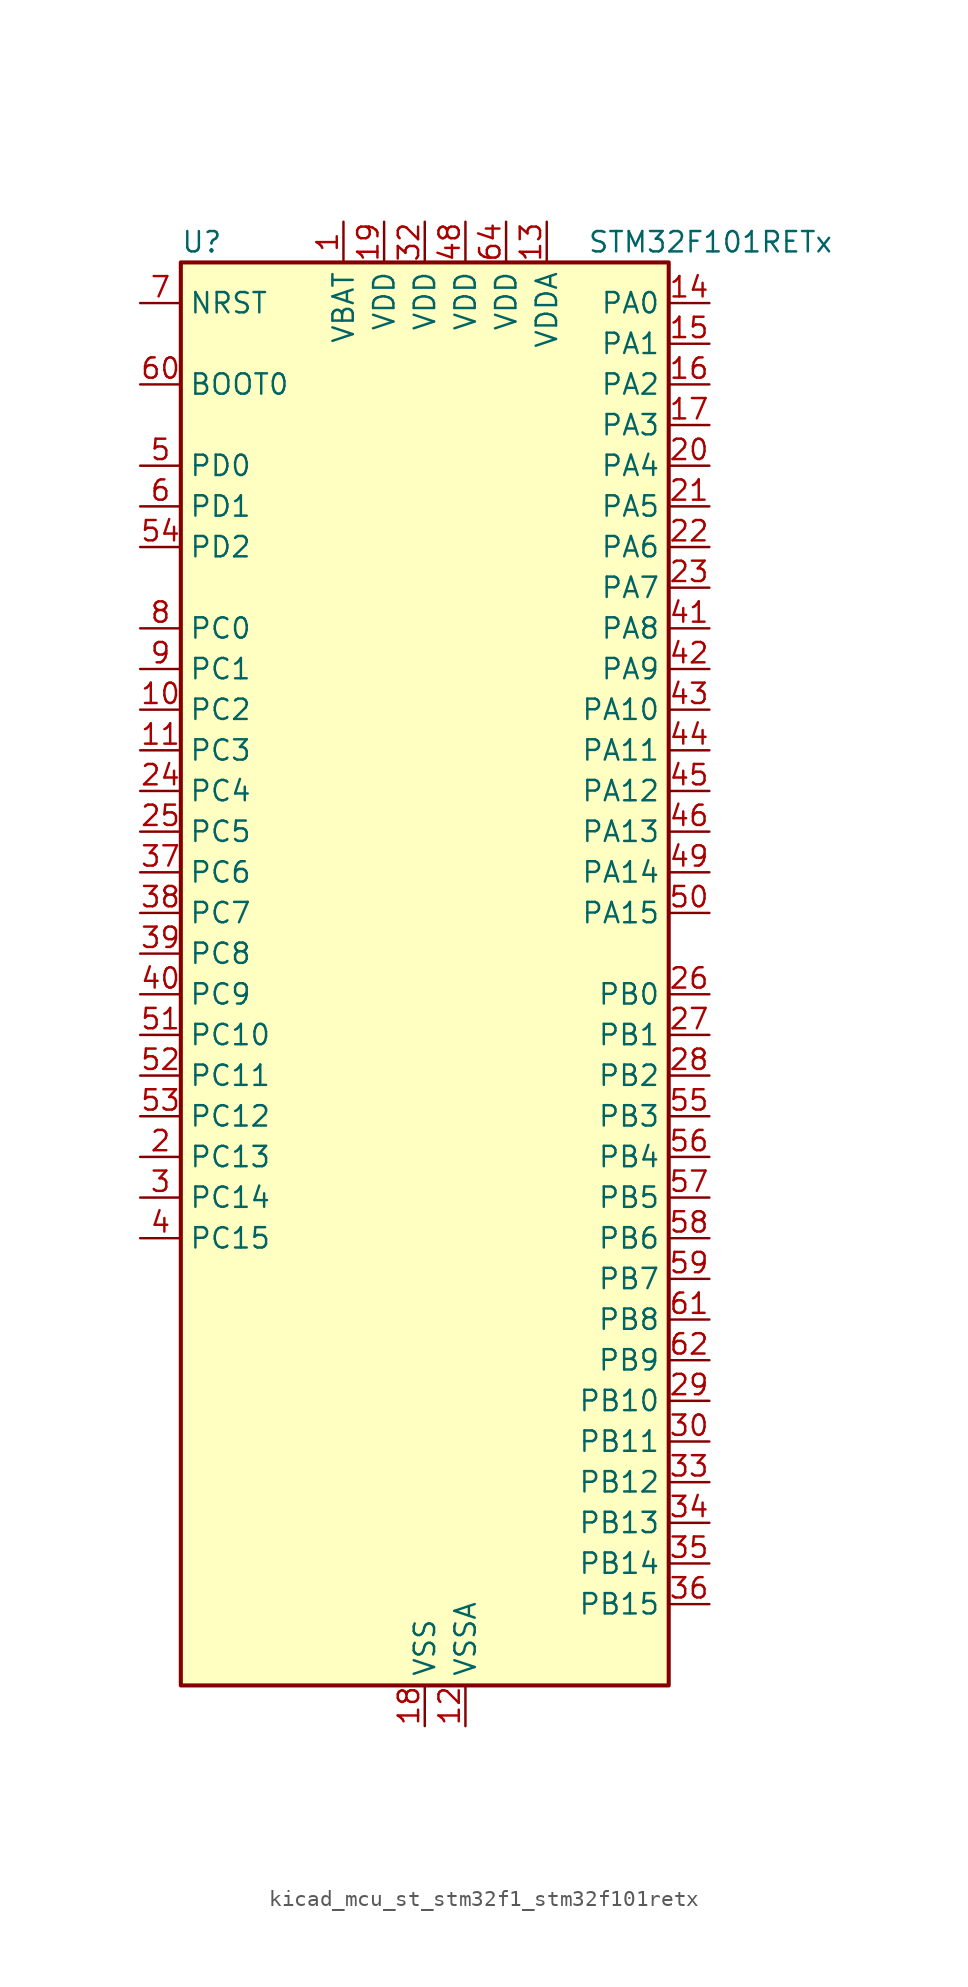
<source format=kicad_sym>
(kicad_symbol_lib
  (version 20220914)
  (generator kicad_symbol_editor)
  (symbol "kicad_mcu_st_stm32f1_stm32f101retx"
    (property "Reference" "U"
      (at -15.24 46.99 0)
      (effects (font (size 1.27 1.27)) (justify left)))
    (property "Value" "STM32F101RETx"
      (at 10.16 46.99 0)
      (effects (font (size 1.27 1.27)) (justify left)))
    (property "ki_locked" ""
      (at 0 0 0)
      (effects (font (size 1.27 1.27))))
    (symbol "kicad_mcu_st_stm32f1_stm32f101retx_0_1"
      (rectangle (start -15.24 -43.18) (end 15.24 45.72) (stroke (width 0.254) (type default)) (fill (type background))))
    (symbol "kicad_mcu_st_stm32f1_stm32f101retx_1_1"
      (pin power_in line (at -5.08 48.26 270) (length 2.54) (name "VBAT" (effects (font (size 1.27 1.27)))) (number "1" (effects (font (size 1.27 1.27)))))
      (pin bidirectional line (at -17.78 17.78 0) (length 2.54) (name "PC2" (effects (font (size 1.27 1.27)))) (number "10" (effects (font (size 1.27 1.27)))) (alternate "ADC1_IN12" bidirectional line))
      (pin bidirectional line (at -17.78 15.24 0) (length 2.54) (name "PC3" (effects (font (size 1.27 1.27)))) (number "11" (effects (font (size 1.27 1.27)))) (alternate "ADC1_IN13" bidirectional line))
      (pin power_in line (at 2.54 -45.72 90) (length 2.54) (name "VSSA" (effects (font (size 1.27 1.27)))) (number "12" (effects (font (size 1.27 1.27)))))
      (pin power_in line (at 7.62 48.26 270) (length 2.54) (name "VDDA" (effects (font (size 1.27 1.27)))) (number "13" (effects (font (size 1.27 1.27)))))
      (pin bidirectional line (at 17.78 43.18 180) (length 2.54) (name "PA0" (effects (font (size 1.27 1.27)))) (number "14" (effects (font (size 1.27 1.27)))) (alternate "ADC1_IN0" bidirectional line) (alternate "SYS_WKUP" bidirectional line) (alternate "TIM2_CH1" bidirectional line) (alternate "TIM2_ETR" bidirectional line) (alternate "TIM5_CH1" bidirectional line) (alternate "USART2_CTS" bidirectional line))
      (pin bidirectional line (at 17.78 40.64 180) (length 2.54) (name "PA1" (effects (font (size 1.27 1.27)))) (number "15" (effects (font (size 1.27 1.27)))) (alternate "ADC1_IN1" bidirectional line) (alternate "TIM2_CH2" bidirectional line) (alternate "TIM5_CH2" bidirectional line) (alternate "USART2_RTS" bidirectional line))
      (pin bidirectional line (at 17.78 38.1 180) (length 2.54) (name "PA2" (effects (font (size 1.27 1.27)))) (number "16" (effects (font (size 1.27 1.27)))) (alternate "ADC1_IN2" bidirectional line) (alternate "TIM2_CH3" bidirectional line) (alternate "TIM5_CH3" bidirectional line) (alternate "USART2_TX" bidirectional line))
      (pin bidirectional line (at 17.78 35.56 180) (length 2.54) (name "PA3" (effects (font (size 1.27 1.27)))) (number "17" (effects (font (size 1.27 1.27)))) (alternate "ADC1_IN3" bidirectional line) (alternate "TIM2_CH4" bidirectional line) (alternate "TIM5_CH4" bidirectional line) (alternate "USART2_RX" bidirectional line))
      (pin power_in line (at 0 -45.72 90) (length 2.54) (name "VSS" (effects (font (size 1.27 1.27)))) (number "18" (effects (font (size 1.27 1.27)))))
      (pin power_in line (at -2.54 48.26 270) (length 2.54) (name "VDD" (effects (font (size 1.27 1.27)))) (number "19" (effects (font (size 1.27 1.27)))))
      (pin bidirectional line (at -17.78 -10.16 0) (length 2.54) (name "PC13" (effects (font (size 1.27 1.27)))) (number "2" (effects (font (size 1.27 1.27)))) (alternate "RTC_OUT" bidirectional line) (alternate "RTC_TAMPER" bidirectional line))
      (pin bidirectional line (at 17.78 33.02 180) (length 2.54) (name "PA4" (effects (font (size 1.27 1.27)))) (number "20" (effects (font (size 1.27 1.27)))) (alternate "ADC1_IN4" bidirectional line) (alternate "DAC_OUT1" bidirectional line) (alternate "SPI1_NSS" bidirectional line) (alternate "USART2_CK" bidirectional line))
      (pin bidirectional line (at 17.78 30.48 180) (length 2.54) (name "PA5" (effects (font (size 1.27 1.27)))) (number "21" (effects (font (size 1.27 1.27)))) (alternate "ADC1_IN5" bidirectional line) (alternate "DAC_OUT2" bidirectional line) (alternate "SPI1_SCK" bidirectional line))
      (pin bidirectional line (at 17.78 27.94 180) (length 2.54) (name "PA6" (effects (font (size 1.27 1.27)))) (number "22" (effects (font (size 1.27 1.27)))) (alternate "ADC1_IN6" bidirectional line) (alternate "SPI1_MISO" bidirectional line) (alternate "TIM3_CH1" bidirectional line))
      (pin bidirectional line (at 17.78 25.4 180) (length 2.54) (name "PA7" (effects (font (size 1.27 1.27)))) (number "23" (effects (font (size 1.27 1.27)))) (alternate "ADC1_IN7" bidirectional line) (alternate "SPI1_MOSI" bidirectional line) (alternate "TIM3_CH2" bidirectional line))
      (pin bidirectional line (at -17.78 12.7 0) (length 2.54) (name "PC4" (effects (font (size 1.27 1.27)))) (number "24" (effects (font (size 1.27 1.27)))) (alternate "ADC1_IN14" bidirectional line))
      (pin bidirectional line (at -17.78 10.16 0) (length 2.54) (name "PC5" (effects (font (size 1.27 1.27)))) (number "25" (effects (font (size 1.27 1.27)))) (alternate "ADC1_IN15" bidirectional line))
      (pin bidirectional line (at 17.78 0 180) (length 2.54) (name "PB0" (effects (font (size 1.27 1.27)))) (number "26" (effects (font (size 1.27 1.27)))) (alternate "ADC1_IN8" bidirectional line) (alternate "TIM3_CH3" bidirectional line))
      (pin bidirectional line (at 17.78 -2.54 180) (length 2.54) (name "PB1" (effects (font (size 1.27 1.27)))) (number "27" (effects (font (size 1.27 1.27)))) (alternate "ADC1_IN9" bidirectional line) (alternate "TIM3_CH4" bidirectional line))
      (pin bidirectional line (at 17.78 -5.08 180) (length 2.54) (name "PB2" (effects (font (size 1.27 1.27)))) (number "28" (effects (font (size 1.27 1.27)))))
      (pin bidirectional line (at 17.78 -25.4 180) (length 2.54) (name "PB10" (effects (font (size 1.27 1.27)))) (number "29" (effects (font (size 1.27 1.27)))) (alternate "I2C2_SCL" bidirectional line) (alternate "TIM2_CH3" bidirectional line) (alternate "USART3_TX" bidirectional line))
      (pin bidirectional line (at -17.78 -12.7 0) (length 2.54) (name "PC14" (effects (font (size 1.27 1.27)))) (number "3" (effects (font (size 1.27 1.27)))) (alternate "RCC_OSC32_IN" bidirectional line))
      (pin bidirectional line (at 17.78 -27.94 180) (length 2.54) (name "PB11" (effects (font (size 1.27 1.27)))) (number "30" (effects (font (size 1.27 1.27)))) (alternate "ADC1_EXTI11" bidirectional line) (alternate "I2C2_SDA" bidirectional line) (alternate "TIM2_CH4" bidirectional line) (alternate "USART3_RX" bidirectional line))
      (pin passive line (at 0 -45.72 90) (length 2.54) hide (name "VSS" (effects (font (size 1.27 1.27)))) (number "31" (effects (font (size 1.27 1.27)))))
      (pin power_in line (at 0 48.26 270) (length 2.54) (name "VDD" (effects (font (size 1.27 1.27)))) (number "32" (effects (font (size 1.27 1.27)))))
      (pin bidirectional line (at 17.78 -30.48 180) (length 2.54) (name "PB12" (effects (font (size 1.27 1.27)))) (number "33" (effects (font (size 1.27 1.27)))) (alternate "I2C2_SMBA" bidirectional line) (alternate "SPI2_NSS" bidirectional line) (alternate "USART3_CK" bidirectional line))
      (pin bidirectional line (at 17.78 -33.02 180) (length 2.54) (name "PB13" (effects (font (size 1.27 1.27)))) (number "34" (effects (font (size 1.27 1.27)))) (alternate "SPI2_SCK" bidirectional line) (alternate "USART3_CTS" bidirectional line))
      (pin bidirectional line (at 17.78 -35.56 180) (length 2.54) (name "PB14" (effects (font (size 1.27 1.27)))) (number "35" (effects (font (size 1.27 1.27)))) (alternate "SPI2_MISO" bidirectional line) (alternate "USART3_RTS" bidirectional line))
      (pin bidirectional line (at 17.78 -38.1 180) (length 2.54) (name "PB15" (effects (font (size 1.27 1.27)))) (number "36" (effects (font (size 1.27 1.27)))) (alternate "ADC1_EXTI15" bidirectional line) (alternate "SPI2_MOSI" bidirectional line))
      (pin bidirectional line (at -17.78 7.62 0) (length 2.54) (name "PC6" (effects (font (size 1.27 1.27)))) (number "37" (effects (font (size 1.27 1.27)))) (alternate "TIM3_CH1" bidirectional line))
      (pin bidirectional line (at -17.78 5.08 0) (length 2.54) (name "PC7" (effects (font (size 1.27 1.27)))) (number "38" (effects (font (size 1.27 1.27)))) (alternate "TIM3_CH2" bidirectional line))
      (pin bidirectional line (at -17.78 2.54 0) (length 2.54) (name "PC8" (effects (font (size 1.27 1.27)))) (number "39" (effects (font (size 1.27 1.27)))) (alternate "TIM3_CH3" bidirectional line))
      (pin bidirectional line (at -17.78 -15.24 0) (length 2.54) (name "PC15" (effects (font (size 1.27 1.27)))) (number "4" (effects (font (size 1.27 1.27)))) (alternate "ADC1_EXTI15" bidirectional line) (alternate "RCC_OSC32_OUT" bidirectional line))
      (pin bidirectional line (at -17.78 0 0) (length 2.54) (name "PC9" (effects (font (size 1.27 1.27)))) (number "40" (effects (font (size 1.27 1.27)))) (alternate "DAC_EXTI9" bidirectional line) (alternate "TIM3_CH4" bidirectional line))
      (pin bidirectional line (at 17.78 22.86 180) (length 2.54) (name "PA8" (effects (font (size 1.27 1.27)))) (number "41" (effects (font (size 1.27 1.27)))) (alternate "RCC_MCO" bidirectional line) (alternate "USART1_CK" bidirectional line))
      (pin bidirectional line (at 17.78 20.32 180) (length 2.54) (name "PA9" (effects (font (size 1.27 1.27)))) (number "42" (effects (font (size 1.27 1.27)))) (alternate "DAC_EXTI9" bidirectional line) (alternate "USART1_TX" bidirectional line))
      (pin bidirectional line (at 17.78 17.78 180) (length 2.54) (name "PA10" (effects (font (size 1.27 1.27)))) (number "43" (effects (font (size 1.27 1.27)))) (alternate "USART1_RX" bidirectional line))
      (pin bidirectional line (at 17.78 15.24 180) (length 2.54) (name "PA11" (effects (font (size 1.27 1.27)))) (number "44" (effects (font (size 1.27 1.27)))) (alternate "ADC1_EXTI11" bidirectional line) (alternate "USART1_CTS" bidirectional line))
      (pin bidirectional line (at 17.78 12.7 180) (length 2.54) (name "PA12" (effects (font (size 1.27 1.27)))) (number "45" (effects (font (size 1.27 1.27)))) (alternate "USART1_RTS" bidirectional line))
      (pin bidirectional line (at 17.78 10.16 180) (length 2.54) (name "PA13" (effects (font (size 1.27 1.27)))) (number "46" (effects (font (size 1.27 1.27)))) (alternate "SYS_JTMS-SWDIO" bidirectional line))
      (pin passive line (at 0 -45.72 90) (length 2.54) hide (name "VSS" (effects (font (size 1.27 1.27)))) (number "47" (effects (font (size 1.27 1.27)))))
      (pin power_in line (at 2.54 48.26 270) (length 2.54) (name "VDD" (effects (font (size 1.27 1.27)))) (number "48" (effects (font (size 1.27 1.27)))))
      (pin bidirectional line (at 17.78 7.62 180) (length 2.54) (name "PA14" (effects (font (size 1.27 1.27)))) (number "49" (effects (font (size 1.27 1.27)))) (alternate "SYS_JTCK-SWCLK" bidirectional line))
      (pin bidirectional line (at -17.78 33.02 0) (length 2.54) (name "PD0" (effects (font (size 1.27 1.27)))) (number "5" (effects (font (size 1.27 1.27)))) (alternate "RCC_OSC_IN" bidirectional line))
      (pin bidirectional line (at 17.78 5.08 180) (length 2.54) (name "PA15" (effects (font (size 1.27 1.27)))) (number "50" (effects (font (size 1.27 1.27)))) (alternate "ADC1_EXTI15" bidirectional line) (alternate "SPI1_NSS" bidirectional line) (alternate "SPI3_NSS" bidirectional line) (alternate "SYS_JTDI" bidirectional line) (alternate "TIM2_CH1" bidirectional line) (alternate "TIM2_ETR" bidirectional line))
      (pin bidirectional line (at -17.78 -2.54 0) (length 2.54) (name "PC10" (effects (font (size 1.27 1.27)))) (number "51" (effects (font (size 1.27 1.27)))) (alternate "UART4_TX" bidirectional line) (alternate "USART3_TX" bidirectional line))
      (pin bidirectional line (at -17.78 -5.08 0) (length 2.54) (name "PC11" (effects (font (size 1.27 1.27)))) (number "52" (effects (font (size 1.27 1.27)))) (alternate "ADC1_EXTI11" bidirectional line) (alternate "UART4_RX" bidirectional line) (alternate "USART3_RX" bidirectional line))
      (pin bidirectional line (at -17.78 -7.62 0) (length 2.54) (name "PC12" (effects (font (size 1.27 1.27)))) (number "53" (effects (font (size 1.27 1.27)))) (alternate "UART5_TX" bidirectional line) (alternate "USART3_CK" bidirectional line))
      (pin bidirectional line (at -17.78 27.94 0) (length 2.54) (name "PD2" (effects (font (size 1.27 1.27)))) (number "54" (effects (font (size 1.27 1.27)))) (alternate "TIM3_ETR" bidirectional line) (alternate "UART5_RX" bidirectional line))
      (pin bidirectional line (at 17.78 -7.62 180) (length 2.54) (name "PB3" (effects (font (size 1.27 1.27)))) (number "55" (effects (font (size 1.27 1.27)))) (alternate "SPI1_SCK" bidirectional line) (alternate "SPI3_SCK" bidirectional line) (alternate "SYS_JTDO-TRACESWO" bidirectional line) (alternate "TIM2_CH2" bidirectional line))
      (pin bidirectional line (at 17.78 -10.16 180) (length 2.54) (name "PB4" (effects (font (size 1.27 1.27)))) (number "56" (effects (font (size 1.27 1.27)))) (alternate "SPI1_MISO" bidirectional line) (alternate "SPI3_MISO" bidirectional line) (alternate "SYS_NJTRST" bidirectional line) (alternate "TIM3_CH1" bidirectional line))
      (pin bidirectional line (at 17.78 -12.7 180) (length 2.54) (name "PB5" (effects (font (size 1.27 1.27)))) (number "57" (effects (font (size 1.27 1.27)))) (alternate "I2C1_SMBA" bidirectional line) (alternate "SPI1_MOSI" bidirectional line) (alternate "SPI3_MOSI" bidirectional line) (alternate "TIM3_CH2" bidirectional line))
      (pin bidirectional line (at 17.78 -15.24 180) (length 2.54) (name "PB6" (effects (font (size 1.27 1.27)))) (number "58" (effects (font (size 1.27 1.27)))) (alternate "I2C1_SCL" bidirectional line) (alternate "TIM4_CH1" bidirectional line) (alternate "USART1_TX" bidirectional line))
      (pin bidirectional line (at 17.78 -17.78 180) (length 2.54) (name "PB7" (effects (font (size 1.27 1.27)))) (number "59" (effects (font (size 1.27 1.27)))) (alternate "I2C1_SDA" bidirectional line) (alternate "TIM4_CH2" bidirectional line) (alternate "USART1_RX" bidirectional line))
      (pin bidirectional line (at -17.78 30.48 0) (length 2.54) (name "PD1" (effects (font (size 1.27 1.27)))) (number "6" (effects (font (size 1.27 1.27)))) (alternate "RCC_OSC_OUT" bidirectional line))
      (pin input line (at -17.78 38.1 0) (length 2.54) (name "BOOT0" (effects (font (size 1.27 1.27)))) (number "60" (effects (font (size 1.27 1.27)))))
      (pin bidirectional line (at 17.78 -20.32 180) (length 2.54) (name "PB8" (effects (font (size 1.27 1.27)))) (number "61" (effects (font (size 1.27 1.27)))) (alternate "I2C1_SCL" bidirectional line) (alternate "TIM4_CH3" bidirectional line))
      (pin bidirectional line (at 17.78 -22.86 180) (length 2.54) (name "PB9" (effects (font (size 1.27 1.27)))) (number "62" (effects (font (size 1.27 1.27)))) (alternate "DAC_EXTI9" bidirectional line) (alternate "I2C1_SDA" bidirectional line) (alternate "TIM4_CH4" bidirectional line))
      (pin passive line (at 0 -45.72 90) (length 2.54) hide (name "VSS" (effects (font (size 1.27 1.27)))) (number "63" (effects (font (size 1.27 1.27)))))
      (pin power_in line (at 5.08 48.26 270) (length 2.54) (name "VDD" (effects (font (size 1.27 1.27)))) (number "64" (effects (font (size 1.27 1.27)))))
      (pin input line (at -17.78 43.18 0) (length 2.54) (name "NRST" (effects (font (size 1.27 1.27)))) (number "7" (effects (font (size 1.27 1.27)))))
      (pin bidirectional line (at -17.78 22.86 0) (length 2.54) (name "PC0" (effects (font (size 1.27 1.27)))) (number "8" (effects (font (size 1.27 1.27)))) (alternate "ADC1_IN10" bidirectional line))
      (pin bidirectional line (at -17.78 20.32 0) (length 2.54) (name "PC1" (effects (font (size 1.27 1.27)))) (number "9" (effects (font (size 1.27 1.27)))) (alternate "ADC1_IN11" bidirectional line)))))
</source>
